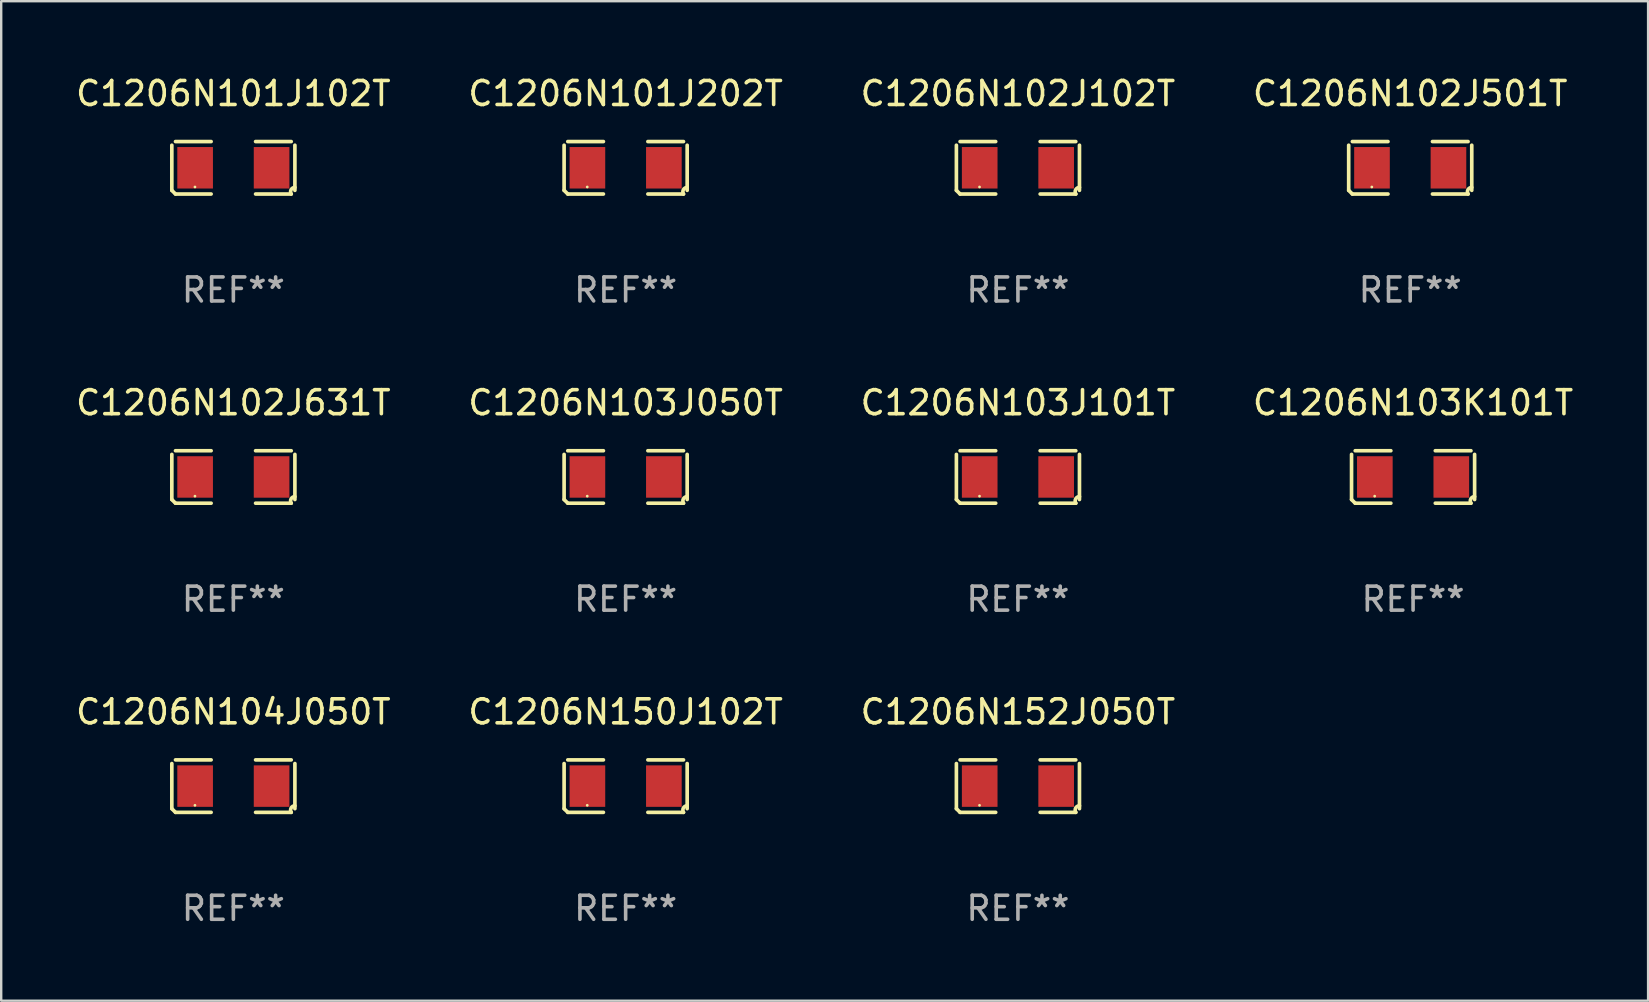
<source format=kicad_pcb>
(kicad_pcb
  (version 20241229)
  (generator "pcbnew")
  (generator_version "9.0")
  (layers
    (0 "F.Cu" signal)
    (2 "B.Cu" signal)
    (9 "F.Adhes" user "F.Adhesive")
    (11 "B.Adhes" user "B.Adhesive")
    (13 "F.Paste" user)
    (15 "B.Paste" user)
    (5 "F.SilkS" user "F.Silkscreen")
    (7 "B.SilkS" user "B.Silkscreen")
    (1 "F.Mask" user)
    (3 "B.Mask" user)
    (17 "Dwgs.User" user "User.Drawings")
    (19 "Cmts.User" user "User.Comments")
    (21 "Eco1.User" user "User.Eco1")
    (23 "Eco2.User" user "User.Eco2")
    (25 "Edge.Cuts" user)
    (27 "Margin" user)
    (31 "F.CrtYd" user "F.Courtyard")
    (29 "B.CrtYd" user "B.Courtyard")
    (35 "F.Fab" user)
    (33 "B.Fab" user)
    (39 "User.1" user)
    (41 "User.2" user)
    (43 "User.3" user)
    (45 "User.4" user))
  (footprint "C1206N102J501T"
    (layer "F.Cu")
    (at 55.708 3.941)
    (property "Reference" "C1206N102J501T" (at 0 -3.093 0) (layer "F.SilkS") (effects (font (size 1 1) (thickness 0.15))))
    (attr through_hole)
    (fp_line (start -2.564 0.94) (end -2.564 -0.94) (stroke (width 0.152) (type solid)) (layer "F.SilkS"))
    (fp_line (start -2.411 -1.093) (end -0.926 -1.093) (stroke (width 0.152) (type solid)) (layer "F.SilkS"))
    (fp_line (start -0.926 1.093) (end -2.411 1.093) (stroke (width 0.152) (type solid)) (layer "F.SilkS"))
    (fp_line (start 0.926 1.093) (end 2.411 1.093) (stroke (width 0.152) (type solid)) (layer "F.SilkS"))
    (fp_line (start 2.411 -1.093) (end 0.926 -1.093) (stroke (width 0.152) (type solid)) (layer "F.SilkS"))
    (fp_line (start 2.564 0.94) (end 2.564 -0.94) (stroke (width 0.152) (type solid)) (layer "F.SilkS"))
    (fp_arc (start -2.411201 1.092609) (mid -2.487413 1.01642) (end -2.563602 0.940208) (stroke (width 0.1524) (type solid)) (layer "F.SilkS"))
    (fp_arc (start 2.411201 1.092609) (mid 2.407159 0.911226) (end 2.563602 0.819347) (stroke (width 0.1524) (type solid)) (layer "F.SilkS"))
    (fp_circle (center -1.6 0.8) (end -1.57 0.8) (stroke (width 0.06) (type solid)) (fill no) (layer "F.SilkS"))
    (fp_text user "REF**" (at 0 5.093 0) (layer "F.Fab") (effects (font (size 1 1) (thickness 0.15))))
    (pad "1" smd rect (at -1.593 0) (size 1.485 1.728) (layers "F.Cu" "F.Mask" "F.Paste"))
    (pad "2" smd rect (at 1.593 0) (size 1.485 1.728) (layers "F.Cu" "F.Mask" "F.Paste")))
  (footprint "C1206N102J631T"
    (layer "F.Cu")
    (at 6.673 16.823)
    (property "Reference" "C1206N102J631T" (at 0 -3.093 0) (layer "F.SilkS") (effects (font (size 1 1) (thickness 0.15))))
    (attr through_hole)
    (fp_line (start -2.564 0.94) (end -2.564 -0.94) (stroke (width 0.152) (type solid)) (layer "F.SilkS"))
    (fp_line (start -2.411 -1.093) (end -0.926 -1.093) (stroke (width 0.152) (type solid)) (layer "F.SilkS"))
    (fp_line (start -0.926 1.093) (end -2.411 1.093) (stroke (width 0.152) (type solid)) (layer "F.SilkS"))
    (fp_line (start 0.926 1.093) (end 2.411 1.093) (stroke (width 0.152) (type solid)) (layer "F.SilkS"))
    (fp_line (start 2.411 -1.093) (end 0.926 -1.093) (stroke (width 0.152) (type solid)) (layer "F.SilkS"))
    (fp_line (start 2.564 0.94) (end 2.564 -0.94) (stroke (width 0.152) (type solid)) (layer "F.SilkS"))
    (fp_arc (start -2.411201 1.092609) (mid -2.487413 1.01642) (end -2.563602 0.940208) (stroke (width 0.1524) (type solid)) (layer "F.SilkS"))
    (fp_arc (start 2.411201 1.092609) (mid 2.407159 0.911226) (end 2.563602 0.819347) (stroke (width 0.1524) (type solid)) (layer "F.SilkS"))
    (fp_circle (center -1.6 0.8) (end -1.57 0.8) (stroke (width 0.06) (type solid)) (fill no) (layer "F.SilkS"))
    (fp_text user "REF**" (at 0 5.093 0) (layer "F.Fab") (effects (font (size 1 1) (thickness 0.15))))
    (pad "1" smd rect (at -1.593 0) (size 1.485 1.728) (layers "F.Cu" "F.Mask" "F.Paste"))
    (pad "2" smd rect (at 1.593 0) (size 1.485 1.728) (layers "F.Cu" "F.Mask" "F.Paste")))
  (footprint "C1206N101J102T"
    (layer "F.Cu")
    (at 6.673 3.941)
    (property "Reference" "C1206N101J102T" (at 0 -3.093 0) (layer "F.SilkS") (effects (font (size 1 1) (thickness 0.15))))
    (attr through_hole)
    (fp_line (start -2.564 0.94) (end -2.564 -0.94) (stroke (width 0.152) (type solid)) (layer "F.SilkS"))
    (fp_line (start -2.411 -1.093) (end -0.926 -1.093) (stroke (width 0.152) (type solid)) (layer "F.SilkS"))
    (fp_line (start -0.926 1.093) (end -2.411 1.093) (stroke (width 0.152) (type solid)) (layer "F.SilkS"))
    (fp_line (start 0.926 1.093) (end 2.411 1.093) (stroke (width 0.152) (type solid)) (layer "F.SilkS"))
    (fp_line (start 2.411 -1.093) (end 0.926 -1.093) (stroke (width 0.152) (type solid)) (layer "F.SilkS"))
    (fp_line (start 2.564 0.94) (end 2.564 -0.94) (stroke (width 0.152) (type solid)) (layer "F.SilkS"))
    (fp_arc (start -2.411201 1.092609) (mid -2.487413 1.01642) (end -2.563602 0.940208) (stroke (width 0.1524) (type solid)) (layer "F.SilkS"))
    (fp_arc (start 2.411201 1.092609) (mid 2.407159 0.911226) (end 2.563602 0.819347) (stroke (width 0.1524) (type solid)) (layer "F.SilkS"))
    (fp_circle (center -1.6 0.8) (end -1.57 0.8) (stroke (width 0.06) (type solid)) (fill no) (layer "F.SilkS"))
    (fp_text user "REF**" (at 0 5.093 0) (layer "F.Fab") (effects (font (size 1 1) (thickness 0.15))))
    (pad "1" smd rect (at -1.593 0) (size 1.485 1.728) (layers "F.Cu" "F.Mask" "F.Paste"))
    (pad "2" smd rect (at 1.593 0) (size 1.485 1.728) (layers "F.Cu" "F.Mask" "F.Paste")))
  (footprint "C1206N101J202T"
    (layer "F.Cu")
    (at 23.018 3.941)
    (property "Reference" "C1206N101J202T" (at 0 -3.093 0) (layer "F.SilkS") (effects (font (size 1 1) (thickness 0.15))))
    (attr through_hole)
    (fp_line (start -2.564 0.94) (end -2.564 -0.94) (stroke (width 0.152) (type solid)) (layer "F.SilkS"))
    (fp_line (start -2.411 -1.093) (end -0.926 -1.093) (stroke (width 0.152) (type solid)) (layer "F.SilkS"))
    (fp_line (start -0.926 1.093) (end -2.411 1.093) (stroke (width 0.152) (type solid)) (layer "F.SilkS"))
    (fp_line (start 0.926 1.093) (end 2.411 1.093) (stroke (width 0.152) (type solid)) (layer "F.SilkS"))
    (fp_line (start 2.411 -1.093) (end 0.926 -1.093) (stroke (width 0.152) (type solid)) (layer "F.SilkS"))
    (fp_line (start 2.564 0.94) (end 2.564 -0.94) (stroke (width 0.152) (type solid)) (layer "F.SilkS"))
    (fp_arc (start -2.411201 1.092609) (mid -2.487413 1.01642) (end -2.563602 0.940208) (stroke (width 0.1524) (type solid)) (layer "F.SilkS"))
    (fp_arc (start 2.411201 1.092609) (mid 2.407159 0.911226) (end 2.563602 0.819347) (stroke (width 0.1524) (type solid)) (layer "F.SilkS"))
    (fp_circle (center -1.6 0.8) (end -1.57 0.8) (stroke (width 0.06) (type solid)) (fill no) (layer "F.SilkS"))
    (fp_text user "REF**" (at 0 5.093 0) (layer "F.Fab") (effects (font (size 1 1) (thickness 0.15))))
    (pad "1" smd rect (at -1.593 0) (size 1.485 1.728) (layers "F.Cu" "F.Mask" "F.Paste"))
    (pad "2" smd rect (at 1.593 0) (size 1.485 1.728) (layers "F.Cu" "F.Mask" "F.Paste")))
  (footprint "C1206N103J050T"
    (layer "F.Cu")
    (at 23.018 16.823)
    (property "Reference" "C1206N103J050T" (at 0 -3.093 0) (layer "F.SilkS") (effects (font (size 1 1) (thickness 0.15))))
    (attr through_hole)
    (fp_line (start -2.564 0.94) (end -2.564 -0.94) (stroke (width 0.152) (type solid)) (layer "F.SilkS"))
    (fp_line (start -2.411 -1.093) (end -0.926 -1.093) (stroke (width 0.152) (type solid)) (layer "F.SilkS"))
    (fp_line (start -0.926 1.093) (end -2.411 1.093) (stroke (width 0.152) (type solid)) (layer "F.SilkS"))
    (fp_line (start 0.926 1.093) (end 2.411 1.093) (stroke (width 0.152) (type solid)) (layer "F.SilkS"))
    (fp_line (start 2.411 -1.093) (end 0.926 -1.093) (stroke (width 0.152) (type solid)) (layer "F.SilkS"))
    (fp_line (start 2.564 0.94) (end 2.564 -0.94) (stroke (width 0.152) (type solid)) (layer "F.SilkS"))
    (fp_arc (start -2.411201 1.092609) (mid -2.487413 1.01642) (end -2.563602 0.940208) (stroke (width 0.1524) (type solid)) (layer "F.SilkS"))
    (fp_arc (start 2.411201 1.092609) (mid 2.407159 0.911226) (end 2.563602 0.819347) (stroke (width 0.1524) (type solid)) (layer "F.SilkS"))
    (fp_circle (center -1.6 0.8) (end -1.57 0.8) (stroke (width 0.06) (type solid)) (fill no) (layer "F.SilkS"))
    (fp_text user "REF**" (at 0 5.093 0) (layer "F.Fab") (effects (font (size 1 1) (thickness 0.15))))
    (pad "1" smd rect (at -1.593 0) (size 1.485 1.728) (layers "F.Cu" "F.Mask" "F.Paste"))
    (pad "2" smd rect (at 1.593 0) (size 1.485 1.728) (layers "F.Cu" "F.Mask" "F.Paste")))
  (footprint "C1206N104J050T"
    (layer "F.Cu")
    (at 6.673 29.704)
    (property "Reference" "C1206N104J050T" (at 0 -3.093 0) (layer "F.SilkS") (effects (font (size 1 1) (thickness 0.15))))
    (attr through_hole)
    (fp_line (start -2.564 0.94) (end -2.564 -0.94) (stroke (width 0.152) (type solid)) (layer "F.SilkS"))
    (fp_line (start -2.411 -1.093) (end -0.926 -1.093) (stroke (width 0.152) (type solid)) (layer "F.SilkS"))
    (fp_line (start -0.926 1.093) (end -2.411 1.093) (stroke (width 0.152) (type solid)) (layer "F.SilkS"))
    (fp_line (start 0.926 1.093) (end 2.411 1.093) (stroke (width 0.152) (type solid)) (layer "F.SilkS"))
    (fp_line (start 2.411 -1.093) (end 0.926 -1.093) (stroke (width 0.152) (type solid)) (layer "F.SilkS"))
    (fp_line (start 2.564 0.94) (end 2.564 -0.94) (stroke (width 0.152) (type solid)) (layer "F.SilkS"))
    (fp_arc (start -2.411201 1.092609) (mid -2.487413 1.01642) (end -2.563602 0.940208) (stroke (width 0.1524) (type solid)) (layer "F.SilkS"))
    (fp_arc (start 2.411201 1.092609) (mid 2.407159 0.911226) (end 2.563602 0.819347) (stroke (width 0.1524) (type solid)) (layer "F.SilkS"))
    (fp_circle (center -1.6 0.8) (end -1.57 0.8) (stroke (width 0.06) (type solid)) (fill no) (layer "F.SilkS"))
    (fp_text user "REF**" (at 0 5.093 0) (layer "F.Fab") (effects (font (size 1 1) (thickness 0.15))))
    (pad "1" smd rect (at -1.593 0) (size 1.485 1.728) (layers "F.Cu" "F.Mask" "F.Paste"))
    (pad "2" smd rect (at 1.593 0) (size 1.485 1.728) (layers "F.Cu" "F.Mask" "F.Paste")))
  (footprint "C1206N150J102T"
    (layer "F.Cu")
    (at 23.018 29.704)
    (property "Reference" "C1206N150J102T" (at 0 -3.093 0) (layer "F.SilkS") (effects (font (size 1 1) (thickness 0.15))))
    (attr through_hole)
    (fp_line (start -2.564 0.94) (end -2.564 -0.94) (stroke (width 0.152) (type solid)) (layer "F.SilkS"))
    (fp_line (start -2.411 -1.093) (end -0.926 -1.093) (stroke (width 0.152) (type solid)) (layer "F.SilkS"))
    (fp_line (start -0.926 1.093) (end -2.411 1.093) (stroke (width 0.152) (type solid)) (layer "F.SilkS"))
    (fp_line (start 0.926 1.093) (end 2.411 1.093) (stroke (width 0.152) (type solid)) (layer "F.SilkS"))
    (fp_line (start 2.411 -1.093) (end 0.926 -1.093) (stroke (width 0.152) (type solid)) (layer "F.SilkS"))
    (fp_line (start 2.564 0.94) (end 2.564 -0.94) (stroke (width 0.152) (type solid)) (layer "F.SilkS"))
    (fp_arc (start -2.411201 1.092609) (mid -2.487413 1.01642) (end -2.563602 0.940208) (stroke (width 0.1524) (type solid)) (layer "F.SilkS"))
    (fp_arc (start 2.411201 1.092609) (mid 2.407159 0.911226) (end 2.563602 0.819347) (stroke (width 0.1524) (type solid)) (layer "F.SilkS"))
    (fp_circle (center -1.6 0.8) (end -1.57 0.8) (stroke (width 0.06) (type solid)) (fill no) (layer "F.SilkS"))
    (fp_text user "REF**" (at 0 5.093 0) (layer "F.Fab") (effects (font (size 1 1) (thickness 0.15))))
    (pad "1" smd rect (at -1.593 0) (size 1.485 1.728) (layers "F.Cu" "F.Mask" "F.Paste"))
    (pad "2" smd rect (at 1.593 0) (size 1.485 1.728) (layers "F.Cu" "F.Mask" "F.Paste")))
  (footprint "C1206N103K101T"
    (layer "F.Cu")
    (at 55.827 16.823)
    (property "Reference" "C1206N103K101T" (at 0 -3.093 0) (layer "F.SilkS") (effects (font (size 1 1) (thickness 0.15))))
    (attr through_hole)
    (fp_line (start -2.564 0.94) (end -2.564 -0.94) (stroke (width 0.152) (type solid)) (layer "F.SilkS"))
    (fp_line (start -2.411 -1.093) (end -0.926 -1.093) (stroke (width 0.152) (type solid)) (layer "F.SilkS"))
    (fp_line (start -0.926 1.093) (end -2.411 1.093) (stroke (width 0.152) (type solid)) (layer "F.SilkS"))
    (fp_line (start 0.926 1.093) (end 2.411 1.093) (stroke (width 0.152) (type solid)) (layer "F.SilkS"))
    (fp_line (start 2.411 -1.093) (end 0.926 -1.093) (stroke (width 0.152) (type solid)) (layer "F.SilkS"))
    (fp_line (start 2.564 0.94) (end 2.564 -0.94) (stroke (width 0.152) (type solid)) (layer "F.SilkS"))
    (fp_arc (start -2.411201 1.092609) (mid -2.487413 1.01642) (end -2.563602 0.940208) (stroke (width 0.1524) (type solid)) (layer "F.SilkS"))
    (fp_arc (start 2.411201 1.092609) (mid 2.407159 0.911226) (end 2.563602 0.819347) (stroke (width 0.1524) (type solid)) (layer "F.SilkS"))
    (fp_circle (center -1.6 0.8) (end -1.57 0.8) (stroke (width 0.06) (type solid)) (fill no) (layer "F.SilkS"))
    (fp_text user "REF**" (at 0 5.093 0) (layer "F.Fab") (effects (font (size 1 1) (thickness 0.15))))
    (pad "1" smd rect (at -1.593 0) (size 1.485 1.728) (layers "F.Cu" "F.Mask" "F.Paste"))
    (pad "2" smd rect (at 1.593 0) (size 1.485 1.728) (layers "F.Cu" "F.Mask" "F.Paste")))
  (footprint "C1206N152J050T"
    (layer "F.Cu")
    (at 39.363 29.704)
    (property "Reference" "C1206N152J050T" (at 0 -3.093 0) (layer "F.SilkS") (effects (font (size 1 1) (thickness 0.15))))
    (attr through_hole)
    (fp_line (start -2.564 0.94) (end -2.564 -0.94) (stroke (width 0.152) (type solid)) (layer "F.SilkS"))
    (fp_line (start -2.411 -1.093) (end -0.926 -1.093) (stroke (width 0.152) (type solid)) (layer "F.SilkS"))
    (fp_line (start -0.926 1.093) (end -2.411 1.093) (stroke (width 0.152) (type solid)) (layer "F.SilkS"))
    (fp_line (start 0.926 1.093) (end 2.411 1.093) (stroke (width 0.152) (type solid)) (layer "F.SilkS"))
    (fp_line (start 2.411 -1.093) (end 0.926 -1.093) (stroke (width 0.152) (type solid)) (layer "F.SilkS"))
    (fp_line (start 2.564 0.94) (end 2.564 -0.94) (stroke (width 0.152) (type solid)) (layer "F.SilkS"))
    (fp_arc (start -2.411201 1.092609) (mid -2.487413 1.01642) (end -2.563602 0.940208) (stroke (width 0.1524) (type solid)) (layer "F.SilkS"))
    (fp_arc (start 2.411201 1.092609) (mid 2.407159 0.911226) (end 2.563602 0.819347) (stroke (width 0.1524) (type solid)) (layer "F.SilkS"))
    (fp_circle (center -1.6 0.8) (end -1.57 0.8) (stroke (width 0.06) (type solid)) (fill no) (layer "F.SilkS"))
    (fp_text user "REF**" (at 0 5.093 0) (layer "F.Fab") (effects (font (size 1 1) (thickness 0.15))))
    (pad "1" smd rect (at -1.593 0) (size 1.485 1.728) (layers "F.Cu" "F.Mask" "F.Paste"))
    (pad "2" smd rect (at 1.593 0) (size 1.485 1.728) (layers "F.Cu" "F.Mask" "F.Paste")))
  (footprint "C1206N102J102T"
    (layer "F.Cu")
    (at 39.363 3.941)
    (property "Reference" "C1206N102J102T" (at 0 -3.093 0) (layer "F.SilkS") (effects (font (size 1 1) (thickness 0.15))))
    (attr through_hole)
    (fp_line (start -2.564 0.94) (end -2.564 -0.94) (stroke (width 0.152) (type solid)) (layer "F.SilkS"))
    (fp_line (start -2.411 -1.093) (end -0.926 -1.093) (stroke (width 0.152) (type solid)) (layer "F.SilkS"))
    (fp_line (start -0.926 1.093) (end -2.411 1.093) (stroke (width 0.152) (type solid)) (layer "F.SilkS"))
    (fp_line (start 0.926 1.093) (end 2.411 1.093) (stroke (width 0.152) (type solid)) (layer "F.SilkS"))
    (fp_line (start 2.411 -1.093) (end 0.926 -1.093) (stroke (width 0.152) (type solid)) (layer "F.SilkS"))
    (fp_line (start 2.564 0.94) (end 2.564 -0.94) (stroke (width 0.152) (type solid)) (layer "F.SilkS"))
    (fp_arc (start -2.411201 1.092609) (mid -2.487413 1.01642) (end -2.563602 0.940208) (stroke (width 0.1524) (type solid)) (layer "F.SilkS"))
    (fp_arc (start 2.411201 1.092609) (mid 2.407159 0.911226) (end 2.563602 0.819347) (stroke (width 0.1524) (type solid)) (layer "F.SilkS"))
    (fp_circle (center -1.6 0.8) (end -1.57 0.8) (stroke (width 0.06) (type solid)) (fill no) (layer "F.SilkS"))
    (fp_text user "REF**" (at 0 5.093 0) (layer "F.Fab") (effects (font (size 1 1) (thickness 0.15))))
    (pad "1" smd rect (at -1.593 0) (size 1.485 1.728) (layers "F.Cu" "F.Mask" "F.Paste"))
    (pad "2" smd rect (at 1.593 0) (size 1.485 1.728) (layers "F.Cu" "F.Mask" "F.Paste")))
  (footprint "C1206N103J101T"
    (layer "F.Cu")
    (at 39.363 16.823)
    (property "Reference" "C1206N103J101T" (at 0 -3.093 0) (layer "F.SilkS") (effects (font (size 1 1) (thickness 0.15))))
    (attr through_hole)
    (fp_line (start -2.564 0.94) (end -2.564 -0.94) (stroke (width 0.152) (type solid)) (layer "F.SilkS"))
    (fp_line (start -2.411 -1.093) (end -0.926 -1.093) (stroke (width 0.152) (type solid)) (layer "F.SilkS"))
    (fp_line (start -0.926 1.093) (end -2.411 1.093) (stroke (width 0.152) (type solid)) (layer "F.SilkS"))
    (fp_line (start 0.926 1.093) (end 2.411 1.093) (stroke (width 0.152) (type solid)) (layer "F.SilkS"))
    (fp_line (start 2.411 -1.093) (end 0.926 -1.093) (stroke (width 0.152) (type solid)) (layer "F.SilkS"))
    (fp_line (start 2.564 0.94) (end 2.564 -0.94) (stroke (width 0.152) (type solid)) (layer "F.SilkS"))
    (fp_arc (start -2.411201 1.092609) (mid -2.487413 1.01642) (end -2.563602 0.940208) (stroke (width 0.1524) (type solid)) (layer "F.SilkS"))
    (fp_arc (start 2.411201 1.092609) (mid 2.407159 0.911226) (end 2.563602 0.819347) (stroke (width 0.1524) (type solid)) (layer "F.SilkS"))
    (fp_circle (center -1.6 0.8) (end -1.57 0.8) (stroke (width 0.06) (type solid)) (fill no) (layer "F.SilkS"))
    (fp_text user "REF**" (at 0 5.093 0) (layer "F.Fab") (effects (font (size 1 1) (thickness 0.15))))
    (pad "1" smd rect (at -1.593 0) (size 1.485 1.728) (layers "F.Cu" "F.Mask" "F.Paste"))
    (pad "2" smd rect (at 1.593 0) (size 1.485 1.728) (layers "F.Cu" "F.Mask" "F.Paste")))
  (gr_rect
    (start -3 -3)
    (end 65.619 38.645)
    (stroke (width 0.1) (type default))
    (fill no)
    (layer "Edge.Cuts")))
</source>
